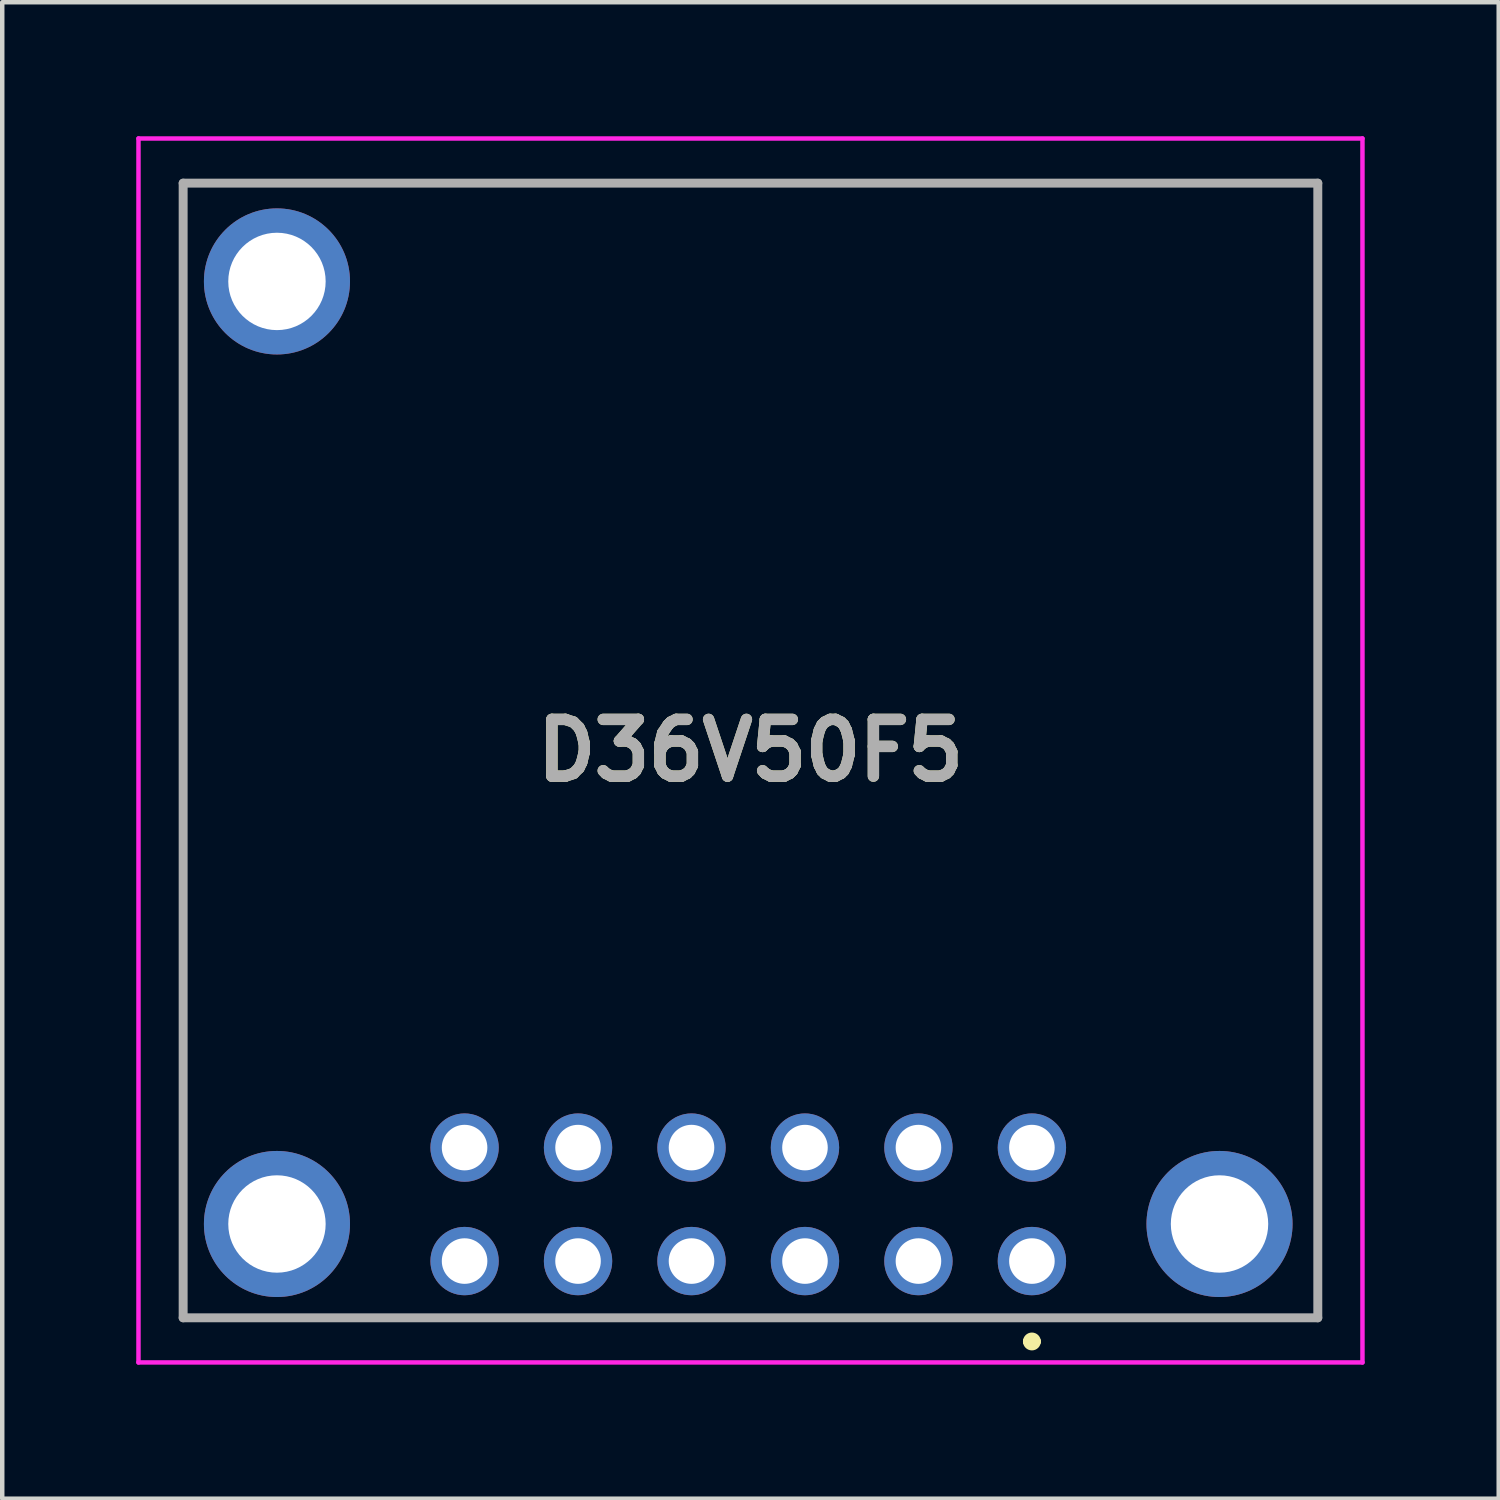
<source format=kicad_pcb>
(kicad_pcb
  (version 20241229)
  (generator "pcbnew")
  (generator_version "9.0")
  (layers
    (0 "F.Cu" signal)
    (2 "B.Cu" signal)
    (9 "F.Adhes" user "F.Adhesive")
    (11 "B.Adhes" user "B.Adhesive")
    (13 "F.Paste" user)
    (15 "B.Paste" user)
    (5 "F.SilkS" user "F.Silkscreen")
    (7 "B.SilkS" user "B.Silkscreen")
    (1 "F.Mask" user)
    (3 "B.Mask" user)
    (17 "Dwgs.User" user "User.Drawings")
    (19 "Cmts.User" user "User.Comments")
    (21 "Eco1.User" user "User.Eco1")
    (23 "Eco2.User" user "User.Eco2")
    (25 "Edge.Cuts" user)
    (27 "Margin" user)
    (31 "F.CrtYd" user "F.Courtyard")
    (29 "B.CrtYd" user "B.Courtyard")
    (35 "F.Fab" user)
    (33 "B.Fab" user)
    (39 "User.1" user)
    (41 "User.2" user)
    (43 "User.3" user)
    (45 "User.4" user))
  (footprint "D36V50F5"
    (layer "F.Cu")
    (at 20.05 25.18)
    (property "Reference" "D36V50F5" (at -6.3 -11.43 0) (layer "F.SilkS") (effects (font (size 1.27 1.27) (thickness 0.254))))
    (attr through_hole)
    (fp_line (start -19 -24.13) (end -19 1.27) (stroke (width 0.1) (type solid)) (layer "F.SilkS"))
    (fp_line (start -19 1.27) (end 6.4 1.27) (stroke (width 0.1) (type solid)) (layer "F.SilkS"))
    (fp_line (start -0.1 1.8) (end -0.1 1.8) (stroke (width 0.2) (type solid)) (layer "F.SilkS"))
    (fp_line (start 0.1 1.8) (end 0.1 1.8) (stroke (width 0.2) (type solid)) (layer "F.SilkS"))
    (fp_line (start 6.4 -24.13) (end -19 -24.13) (stroke (width 0.1) (type solid)) (layer "F.SilkS"))
    (fp_line (start 6.4 1.27) (end 6.4 -24.13) (stroke (width 0.1) (type solid)) (layer "F.SilkS"))
    (fp_arc (start -0.1 1.8) (mid 0 1.7) (end 0.1 1.8) (stroke (width 0.2) (type solid)) (layer "F.SilkS"))
    (fp_arc (start 0.1 1.8) (mid 0 1.9) (end -0.1 1.8) (stroke (width 0.2) (type solid)) (layer "F.SilkS"))
    (fp_line (start -20 -25.13) (end -20 2.27) (stroke (width 0.1) (type solid)) (layer "F.CrtYd"))
    (fp_line (start -20 2.27) (end 7.4 2.27) (stroke (width 0.1) (type solid)) (layer "F.CrtYd"))
    (fp_line (start 7.4 -25.13) (end -20 -25.13) (stroke (width 0.1) (type solid)) (layer "F.CrtYd"))
    (fp_line (start 7.4 2.27) (end 7.4 -25.13) (stroke (width 0.1) (type solid)) (layer "F.CrtYd"))
    (fp_line (start -19 -24.13) (end -19 1.27) (stroke (width 0.2) (type solid)) (layer "F.Fab"))
    (fp_line (start -19 1.27) (end 6.4 1.27) (stroke (width 0.2) (type solid)) (layer "F.Fab"))
    (fp_line (start 6.4 -24.13) (end -19 -24.13) (stroke (width 0.2) (type solid)) (layer "F.Fab"))
    (fp_line (start 6.4 1.27) (end 6.4 -24.13) (stroke (width 0.2) (type solid)) (layer "F.Fab"))
    (fp_text user "${REFERENCE}" (at -6.3 -11.43 0) (layer "F.Fab") (effects (font (size 1.27 1.27) (thickness 0.254))))
    (pad "1" thru_hole circle (at 0 0) (size 1.53 1.53) (drill 1.02) (layers "*.Cu" "*.Mask"))
    (pad "2" thru_hole circle (at 0 -2.54) (size 1.53 1.53) (drill 1.02) (layers "*.Cu" "*.Mask"))
    (pad "3" thru_hole circle (at -2.54 0) (size 1.53 1.53) (drill 1.02) (layers "*.Cu" "*.Mask"))
    (pad "4" thru_hole circle (at -2.54 -2.54) (size 1.53 1.53) (drill 1.02) (layers "*.Cu" "*.Mask"))
    (pad "5" thru_hole circle (at -5.08 0) (size 1.53 1.53) (drill 1.02) (layers "*.Cu" "*.Mask"))
    (pad "6" thru_hole circle (at -5.08 -2.54) (size 1.53 1.53) (drill 1.02) (layers "*.Cu" "*.Mask"))
    (pad "7" thru_hole circle (at -7.62 0) (size 1.53 1.53) (drill 1.02) (layers "*.Cu" "*.Mask"))
    (pad "8" thru_hole circle (at -7.62 -2.54) (size 1.53 1.53) (drill 1.02) (layers "*.Cu" "*.Mask"))
    (pad "9" thru_hole circle (at -10.16 0) (size 1.53 1.53) (drill 1.02) (layers "*.Cu" "*.Mask"))
    (pad "10" thru_hole circle (at -10.16 -2.54) (size 1.53 1.53) (drill 1.02) (layers "*.Cu" "*.Mask"))
    (pad "11" thru_hole circle (at -12.7 0) (size 1.53 1.53) (drill 1.02) (layers "*.Cu" "*.Mask"))
    (pad "12" thru_hole circle (at -12.7 -2.54) (size 1.53 1.53) (drill 1.02) (layers "*.Cu" "*.Mask"))
    (pad "MH1" thru_hole circle (at 4.2 -0.83) (size 3.27 3.27) (drill 2.18) (layers "*.Cu" "*.Mask"))
    (pad "MH2" thru_hole circle (at -16.9 -0.83) (size 3.27 3.27) (drill 2.18) (layers "*.Cu" "*.Mask"))
    (pad "MH3" thru_hole circle (at -16.9 -21.93) (size 3.27 3.27) (drill 2.18) (layers "*.Cu" "*.Mask")))
  (gr_rect
    (start -3 -3)
    (end 30.5 30.5)
    (stroke (width 0.1) (type default))
    (fill no)
    (layer "Edge.Cuts")))
</source>
